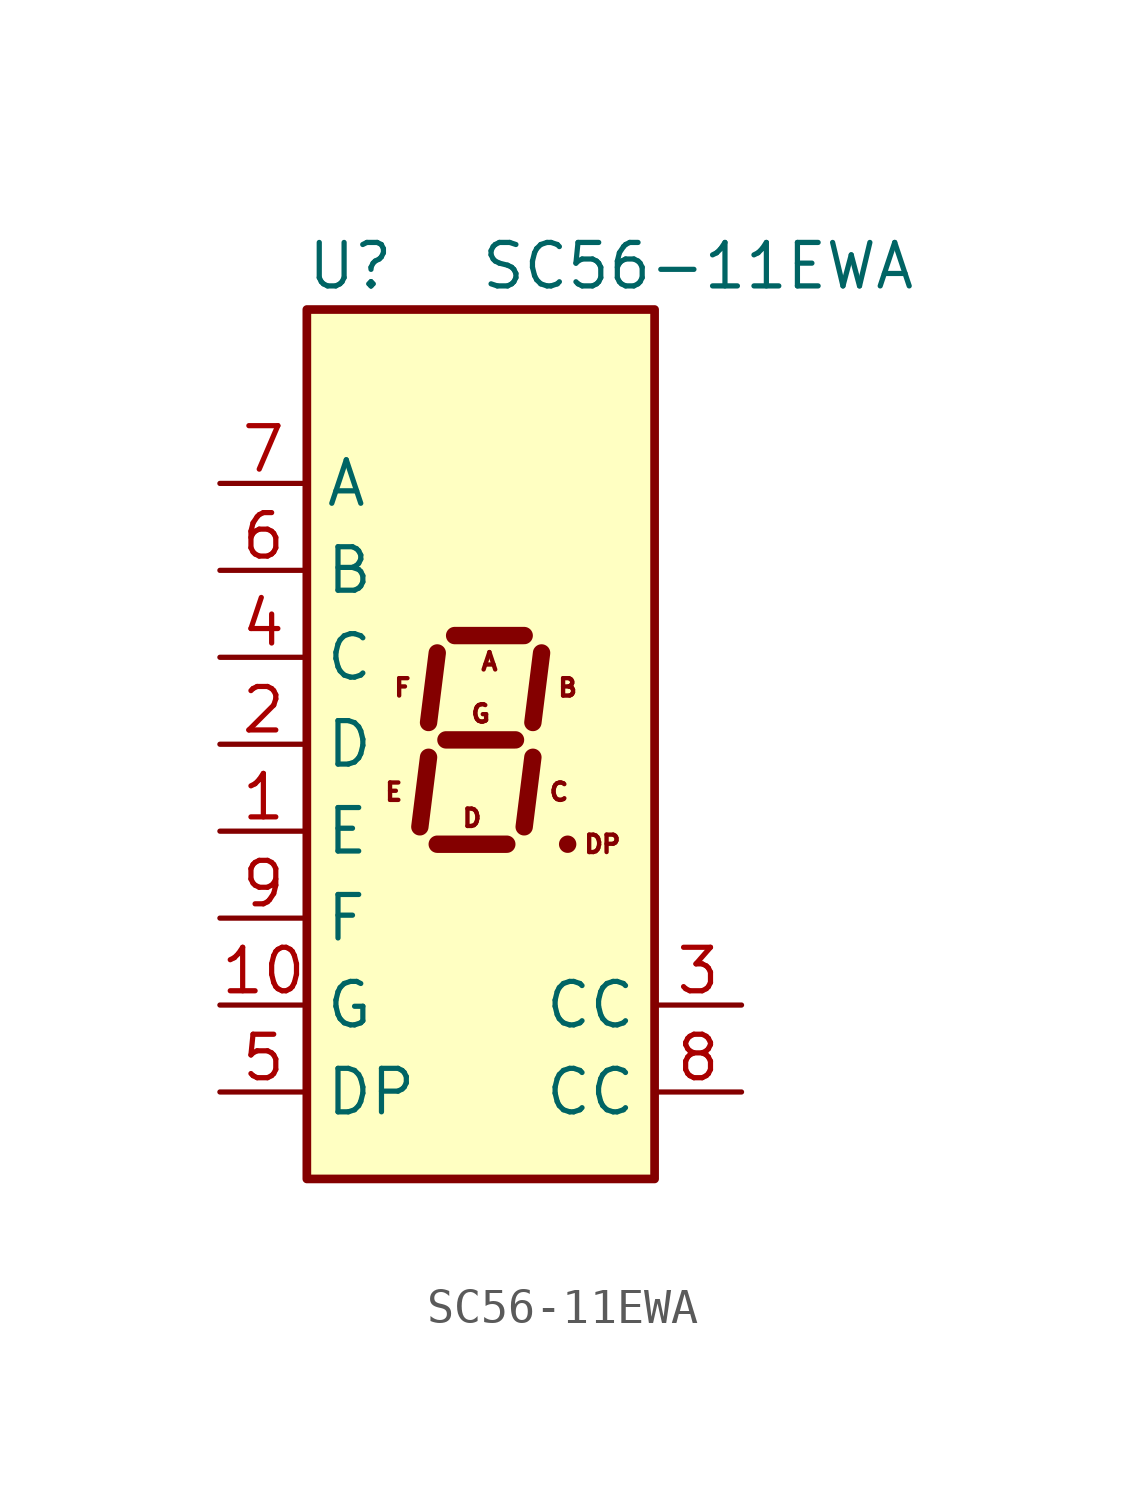
<source format=kicad_sym>
(kicad_symbol_lib
  (version 20231120)
  (generator "kicad_symbol_editor")
  (generator_version "8.0")
  (symbol "SC56-11EWA"
    (property "Reference" "U"
      (at -3.81 13.97 0)
      (effects (font (size 1.27 1.27))))
    (property "Value" "SC56-11EWA"
      (at 6.35 13.97 0)
      (effects (font (size 1.27 1.27))))
    (symbol "SC56-11EWA_1_0"
      (text "A" (at 0.254 2.413 0) (effects (font (size 0.508 0.508))))
      (text "B" (at 2.54 1.651 0) (effects (font (size 0.508 0.508))))
      (text "C" (at 2.286 -1.397 0) (effects (font (size 0.508 0.508))))
      (text "D" (at -0.254 -2.159 0) (effects (font (size 0.508 0.508))))
      (text "DP" (at 3.556 -2.921 0) (effects (font (size 0.508 0.508))))
      (text "E" (at -2.54 -1.397 0) (effects (font (size 0.508 0.508))))
      (text "F" (at -2.286 1.651 0) (effects (font (size 0.508 0.508))))
      (text "G" (at 0 0.889 0) (effects (font (size 0.508 0.508)))))
    (symbol "SC56-11EWA_1_1"
      (rectangle (start -5.08 12.7) (end 5.08 -12.7) (stroke (width 0.254) (type default)) (fill (type background)))
      (polyline (pts (xy -1.524 -0.381) (xy -1.778 -2.413)) (stroke (width 0.508) (type default)) (fill (type none)))
      (polyline (pts (xy -1.27 -2.921) (xy 0.762 -2.921)) (stroke (width 0.508) (type default)) (fill (type none)))
      (polyline (pts (xy -1.27 2.667) (xy -1.524 0.635)) (stroke (width 0.508) (type default)) (fill (type none)))
      (polyline (pts (xy -1.016 0.127) (xy 1.016 0.127)) (stroke (width 0.508) (type default)) (fill (type none)))
      (polyline (pts (xy -0.762 3.175) (xy 1.27 3.175)) (stroke (width 0.508) (type default)) (fill (type none)))
      (polyline (pts (xy 1.524 -0.381) (xy 1.27 -2.413)) (stroke (width 0.508) (type default)) (fill (type none)))
      (polyline (pts (xy 1.778 2.667) (xy 1.524 0.635)) (stroke (width 0.508) (type default)) (fill (type none)))
      (polyline (pts (xy 2.54 -2.921) (xy 2.54 -2.921)) (stroke (width 0.508) (type default)) (fill (type none)))
      (pin input line (at -7.62 -2.54 0) (length 2.54) (name "E" (effects (font (size 1.27 1.27)))) (number "1" (effects (font (size 1.27 1.27)))))
      (pin input line (at -7.62 -7.62 0) (length 2.54) (name "G" (effects (font (size 1.27 1.27)))) (number "10" (effects (font (size 1.27 1.27)))))
      (pin input line (at -7.62 0 0) (length 2.54) (name "D" (effects (font (size 1.27 1.27)))) (number "2" (effects (font (size 1.27 1.27)))))
      (pin input line (at 7.62 -7.62 180) (length 2.54) (name "CC" (effects (font (size 1.27 1.27)))) (number "3" (effects (font (size 1.27 1.27)))))
      (pin input line (at -7.62 2.54 0) (length 2.54) (name "C" (effects (font (size 1.27 1.27)))) (number "4" (effects (font (size 1.27 1.27)))))
      (pin input line (at -7.62 -10.16 0) (length 2.54) (name "DP" (effects (font (size 1.27 1.27)))) (number "5" (effects (font (size 1.27 1.27)))))
      (pin input line (at -7.62 5.08 0) (length 2.54) (name "B" (effects (font (size 1.27 1.27)))) (number "6" (effects (font (size 1.27 1.27)))))
      (pin input line (at -7.62 7.62 0) (length 2.54) (name "A" (effects (font (size 1.27 1.27)))) (number "7" (effects (font (size 1.27 1.27)))))
      (pin input line (at 7.62 -10.16 180) (length 2.54) (name "CC" (effects (font (size 1.27 1.27)))) (number "8" (effects (font (size 1.27 1.27)))))
      (pin input line (at -7.62 -5.08 0) (length 2.54) (name "F" (effects (font (size 1.27 1.27)))) (number "9" (effects (font (size 1.27 1.27))))))))
</source>
